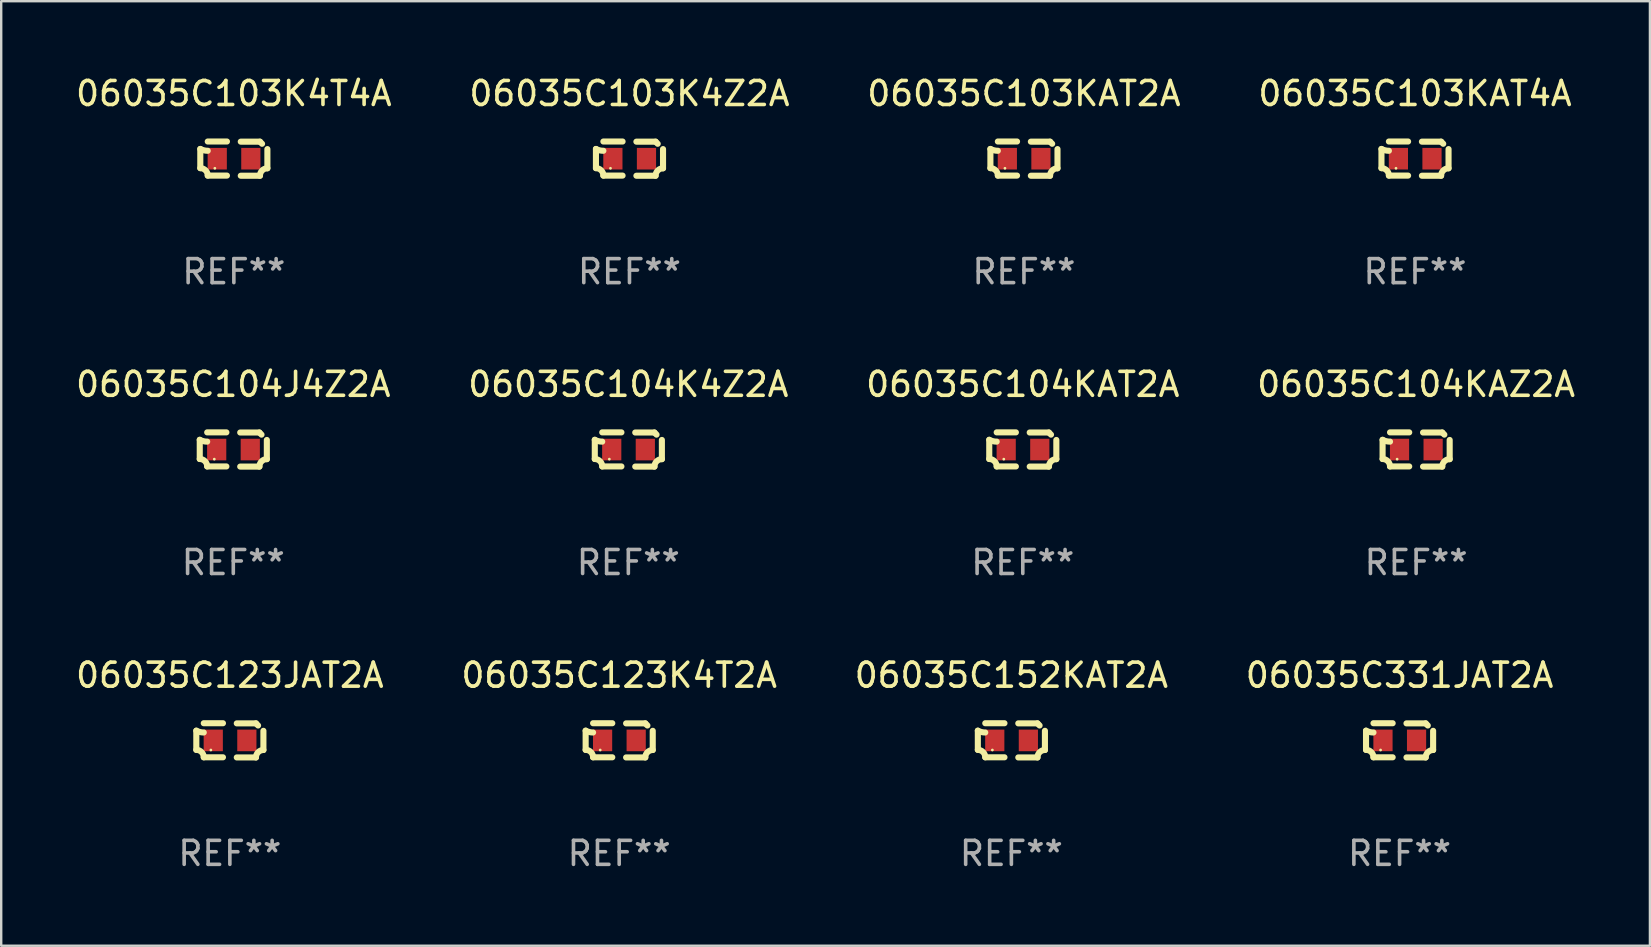
<source format=kicad_pcb>
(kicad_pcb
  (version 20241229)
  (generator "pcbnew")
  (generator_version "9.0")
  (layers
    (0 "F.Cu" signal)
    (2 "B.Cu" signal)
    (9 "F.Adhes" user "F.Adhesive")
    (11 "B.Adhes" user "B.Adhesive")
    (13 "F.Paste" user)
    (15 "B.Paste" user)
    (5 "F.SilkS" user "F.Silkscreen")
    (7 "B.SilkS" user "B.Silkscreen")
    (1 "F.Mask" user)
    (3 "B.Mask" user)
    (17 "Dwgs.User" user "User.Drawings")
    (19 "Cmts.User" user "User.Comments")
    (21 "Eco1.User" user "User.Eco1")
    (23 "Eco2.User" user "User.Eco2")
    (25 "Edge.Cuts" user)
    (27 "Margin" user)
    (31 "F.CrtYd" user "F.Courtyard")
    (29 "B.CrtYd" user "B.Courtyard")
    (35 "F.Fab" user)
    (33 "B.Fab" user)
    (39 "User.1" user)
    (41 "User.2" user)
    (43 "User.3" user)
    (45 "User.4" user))
  (footprint "06035C103K4T4A"
    (layer "F.Cu")
    (at 6.696 3.561)
    (property "Reference" "06035C103K4T4A" (at 0 -2.713 0) (layer "F.SilkS") (effects (font (size 1 1) (thickness 0.15))))
    (attr through_hole)
    (fp_line (start -1.398 -0.403) (end -1.398 0.397) (stroke (width 0.254) (type solid)) (layer "F.SilkS"))
    (fp_line (start -0.288 -0.713) (end -1.088 -0.713) (stroke (width 0.254) (type solid)) (layer "F.SilkS"))
    (fp_line (start -0.288 0.707) (end -1.088 0.707) (stroke (width 0.254) (type solid)) (layer "F.SilkS"))
    (fp_line (start 0.288 -0.707) (end 1.088 -0.707) (stroke (width 0.254) (type solid)) (layer "F.SilkS"))
    (fp_line (start 0.288 0.713) (end 1.088 0.713) (stroke (width 0.254) (type solid)) (layer "F.SilkS"))
    (fp_line (start 1.398 -0.397) (end 1.398 0.403) (stroke (width 0.254) (type solid)) (layer "F.SilkS"))
    (fp_arc (start -1.397789 0.397066) (mid -1.178701 0.487826) (end -1.08796 0.706922) (stroke (width 0.254001) (type solid)) (layer "F.SilkS"))
    (fp_arc (start -1.08796 -0.327176) (mid -1.247436 -0.346384) (end -1.39779 -0.402908) (stroke (width 0.254001) (type solid)) (layer "F.SilkS"))
    (fp_arc (start 1.087909 0.712738) (mid 1.178656 0.493655) (end 1.397739 0.402908) (stroke (width 0.254001) (type solid)) (layer "F.SilkS"))
    (fp_arc (start 1.175925 -0.618926) (mid 1.131917 -0.662923) (end 1.08791 -0.706922) (stroke (width 0.254001) (type solid)) (layer "F.SilkS"))
    (fp_circle (center -0.792 0.403) (end -0.762 0.403) (stroke (width 0.06) (type solid)) (fill no) (layer "F.SilkS"))
    (fp_text user "REF**" (at 0 4.713 0) (layer "F.Fab") (effects (font (size 1 1) (thickness 0.15))))
    (pad "1" smd rect (at -0.692 0.003) (size 0.8 0.9) (layers "F.Cu" "F.Mask" "F.Paste"))
    (pad "2" smd rect (at 0.708 0.003) (size 0.8 0.9) (layers "F.Cu" "F.Mask" "F.Paste")))
  (footprint "06035C104KAZ2A"
    (layer "F.Cu")
    (at 55.97 15.683)
    (property "Reference" "06035C104KAZ2A" (at 0 -2.713 0) (layer "F.SilkS") (effects (font (size 1 1) (thickness 0.15))))
    (attr through_hole)
    (fp_line (start -1.398 -0.403) (end -1.398 0.397) (stroke (width 0.254) (type solid)) (layer "F.SilkS"))
    (fp_line (start -0.288 -0.713) (end -1.088 -0.713) (stroke (width 0.254) (type solid)) (layer "F.SilkS"))
    (fp_line (start -0.288 0.707) (end -1.088 0.707) (stroke (width 0.254) (type solid)) (layer "F.SilkS"))
    (fp_line (start 0.288 -0.707) (end 1.088 -0.707) (stroke (width 0.254) (type solid)) (layer "F.SilkS"))
    (fp_line (start 0.288 0.713) (end 1.088 0.713) (stroke (width 0.254) (type solid)) (layer "F.SilkS"))
    (fp_line (start 1.398 -0.397) (end 1.398 0.403) (stroke (width 0.254) (type solid)) (layer "F.SilkS"))
    (fp_arc (start -1.397789 0.397066) (mid -1.178701 0.487826) (end -1.08796 0.706922) (stroke (width 0.254001) (type solid)) (layer "F.SilkS"))
    (fp_arc (start -1.08796 -0.327176) (mid -1.247436 -0.346384) (end -1.39779 -0.402908) (stroke (width 0.254001) (type solid)) (layer "F.SilkS"))
    (fp_arc (start 1.087909 0.712738) (mid 1.178656 0.493655) (end 1.397739 0.402908) (stroke (width 0.254001) (type solid)) (layer "F.SilkS"))
    (fp_arc (start 1.175925 -0.618926) (mid 1.131917 -0.662923) (end 1.08791 -0.706922) (stroke (width 0.254001) (type solid)) (layer "F.SilkS"))
    (fp_circle (center -0.792 0.403) (end -0.762 0.403) (stroke (width 0.06) (type solid)) (fill no) (layer "F.SilkS"))
    (fp_text user "REF**" (at 0 4.713 0) (layer "F.Fab") (effects (font (size 1 1) (thickness 0.15))))
    (pad "1" smd rect (at -0.692 0.003) (size 0.8 0.9) (layers "F.Cu" "F.Mask" "F.Paste"))
    (pad "2" smd rect (at 0.708 0.003) (size 0.8 0.9) (layers "F.Cu" "F.Mask" "F.Paste")))
  (footprint "06035C104KAT2A"
    (layer "F.Cu")
    (at 39.577 15.683)
    (property "Reference" "06035C104KAT2A" (at 0 -2.713 0) (layer "F.SilkS") (effects (font (size 1 1) (thickness 0.15))))
    (attr through_hole)
    (fp_line (start -1.398 -0.403) (end -1.398 0.397) (stroke (width 0.254) (type solid)) (layer "F.SilkS"))
    (fp_line (start -0.288 -0.713) (end -1.088 -0.713) (stroke (width 0.254) (type solid)) (layer "F.SilkS"))
    (fp_line (start -0.288 0.707) (end -1.088 0.707) (stroke (width 0.254) (type solid)) (layer "F.SilkS"))
    (fp_line (start 0.288 -0.707) (end 1.088 -0.707) (stroke (width 0.254) (type solid)) (layer "F.SilkS"))
    (fp_line (start 0.288 0.713) (end 1.088 0.713) (stroke (width 0.254) (type solid)) (layer "F.SilkS"))
    (fp_line (start 1.398 -0.397) (end 1.398 0.403) (stroke (width 0.254) (type solid)) (layer "F.SilkS"))
    (fp_arc (start -1.397789 0.397066) (mid -1.178701 0.487826) (end -1.08796 0.706922) (stroke (width 0.254001) (type solid)) (layer "F.SilkS"))
    (fp_arc (start -1.08796 -0.327176) (mid -1.247436 -0.346384) (end -1.39779 -0.402908) (stroke (width 0.254001) (type solid)) (layer "F.SilkS"))
    (fp_arc (start 1.087909 0.712738) (mid 1.178656 0.493655) (end 1.397739 0.402908) (stroke (width 0.254001) (type solid)) (layer "F.SilkS"))
    (fp_arc (start 1.175925 -0.618926) (mid 1.131917 -0.662923) (end 1.08791 -0.706922) (stroke (width 0.254001) (type solid)) (layer "F.SilkS"))
    (fp_circle (center -0.792 0.403) (end -0.762 0.403) (stroke (width 0.06) (type solid)) (fill no) (layer "F.SilkS"))
    (fp_text user "REF**" (at 0 4.713 0) (layer "F.Fab") (effects (font (size 1 1) (thickness 0.15))))
    (pad "1" smd rect (at -0.692 0.003) (size 0.8 0.9) (layers "F.Cu" "F.Mask" "F.Paste"))
    (pad "2" smd rect (at 0.708 0.003) (size 0.8 0.9) (layers "F.Cu" "F.Mask" "F.Paste")))
  (footprint "06035C123JAT2A"
    (layer "F.Cu")
    (at 6.53 27.805)
    (property "Reference" "06035C123JAT2A" (at 0 -2.713 0) (layer "F.SilkS") (effects (font (size 1 1) (thickness 0.15))))
    (attr through_hole)
    (fp_line (start -1.398 -0.403) (end -1.398 0.397) (stroke (width 0.254) (type solid)) (layer "F.SilkS"))
    (fp_line (start -0.288 -0.713) (end -1.088 -0.713) (stroke (width 0.254) (type solid)) (layer "F.SilkS"))
    (fp_line (start -0.288 0.707) (end -1.088 0.707) (stroke (width 0.254) (type solid)) (layer "F.SilkS"))
    (fp_line (start 0.288 -0.707) (end 1.088 -0.707) (stroke (width 0.254) (type solid)) (layer "F.SilkS"))
    (fp_line (start 0.288 0.713) (end 1.088 0.713) (stroke (width 0.254) (type solid)) (layer "F.SilkS"))
    (fp_line (start 1.398 -0.397) (end 1.398 0.403) (stroke (width 0.254) (type solid)) (layer "F.SilkS"))
    (fp_arc (start -1.397789 0.397066) (mid -1.178701 0.487826) (end -1.08796 0.706922) (stroke (width 0.254001) (type solid)) (layer "F.SilkS"))
    (fp_arc (start -1.08796 -0.327176) (mid -1.247436 -0.346384) (end -1.39779 -0.402908) (stroke (width 0.254001) (type solid)) (layer "F.SilkS"))
    (fp_arc (start 1.087909 0.712738) (mid 1.178656 0.493655) (end 1.397739 0.402908) (stroke (width 0.254001) (type solid)) (layer "F.SilkS"))
    (fp_arc (start 1.175925 -0.618926) (mid 1.131917 -0.662923) (end 1.08791 -0.706922) (stroke (width 0.254001) (type solid)) (layer "F.SilkS"))
    (fp_circle (center -0.792 0.403) (end -0.762 0.403) (stroke (width 0.06) (type solid)) (fill no) (layer "F.SilkS"))
    (fp_text user "REF**" (at 0 4.713 0) (layer "F.Fab") (effects (font (size 1 1) (thickness 0.15))))
    (pad "1" smd rect (at -0.692 0.003) (size 0.8 0.9) (layers "F.Cu" "F.Mask" "F.Paste"))
    (pad "2" smd rect (at 0.708 0.003) (size 0.8 0.9) (layers "F.Cu" "F.Mask" "F.Paste")))
  (footprint "06035C104J4Z2A"
    (layer "F.Cu")
    (at 6.673 15.683)
    (property "Reference" "06035C104J4Z2A" (at 0 -2.713 0) (layer "F.SilkS") (effects (font (size 1 1) (thickness 0.15))))
    (attr through_hole)
    (fp_line (start -1.398 -0.403) (end -1.398 0.397) (stroke (width 0.254) (type solid)) (layer "F.SilkS"))
    (fp_line (start -0.288 -0.713) (end -1.088 -0.713) (stroke (width 0.254) (type solid)) (layer "F.SilkS"))
    (fp_line (start -0.288 0.707) (end -1.088 0.707) (stroke (width 0.254) (type solid)) (layer "F.SilkS"))
    (fp_line (start 0.288 -0.707) (end 1.088 -0.707) (stroke (width 0.254) (type solid)) (layer "F.SilkS"))
    (fp_line (start 0.288 0.713) (end 1.088 0.713) (stroke (width 0.254) (type solid)) (layer "F.SilkS"))
    (fp_line (start 1.398 -0.397) (end 1.398 0.403) (stroke (width 0.254) (type solid)) (layer "F.SilkS"))
    (fp_arc (start -1.397789 0.397066) (mid -1.178701 0.487826) (end -1.08796 0.706922) (stroke (width 0.254001) (type solid)) (layer "F.SilkS"))
    (fp_arc (start -1.08796 -0.327176) (mid -1.247436 -0.346384) (end -1.39779 -0.402908) (stroke (width 0.254001) (type solid)) (layer "F.SilkS"))
    (fp_arc (start 1.087909 0.712738) (mid 1.178656 0.493655) (end 1.397739 0.402908) (stroke (width 0.254001) (type solid)) (layer "F.SilkS"))
    (fp_arc (start 1.175925 -0.618926) (mid 1.131917 -0.662923) (end 1.08791 -0.706922) (stroke (width 0.254001) (type solid)) (layer "F.SilkS"))
    (fp_circle (center -0.792 0.403) (end -0.762 0.403) (stroke (width 0.06) (type solid)) (fill no) (layer "F.SilkS"))
    (fp_text user "REF**" (at 0 4.713 0) (layer "F.Fab") (effects (font (size 1 1) (thickness 0.15))))
    (pad "1" smd rect (at -0.692 0.003) (size 0.8 0.9) (layers "F.Cu" "F.Mask" "F.Paste"))
    (pad "2" smd rect (at 0.708 0.003) (size 0.8 0.9) (layers "F.Cu" "F.Mask" "F.Paste")))
  (footprint "06035C103KAT2A"
    (layer "F.Cu")
    (at 39.625 3.561)
    (property "Reference" "06035C103KAT2A" (at 0 -2.713 0) (layer "F.SilkS") (effects (font (size 1 1) (thickness 0.15))))
    (attr through_hole)
    (fp_line (start -1.398 -0.403) (end -1.398 0.397) (stroke (width 0.254) (type solid)) (layer "F.SilkS"))
    (fp_line (start -0.288 -0.713) (end -1.088 -0.713) (stroke (width 0.254) (type solid)) (layer "F.SilkS"))
    (fp_line (start -0.288 0.707) (end -1.088 0.707) (stroke (width 0.254) (type solid)) (layer "F.SilkS"))
    (fp_line (start 0.288 -0.707) (end 1.088 -0.707) (stroke (width 0.254) (type solid)) (layer "F.SilkS"))
    (fp_line (start 0.288 0.713) (end 1.088 0.713) (stroke (width 0.254) (type solid)) (layer "F.SilkS"))
    (fp_line (start 1.398 -0.397) (end 1.398 0.403) (stroke (width 0.254) (type solid)) (layer "F.SilkS"))
    (fp_arc (start -1.397789 0.397066) (mid -1.178701 0.487826) (end -1.08796 0.706922) (stroke (width 0.254001) (type solid)) (layer "F.SilkS"))
    (fp_arc (start -1.08796 -0.327176) (mid -1.247436 -0.346384) (end -1.39779 -0.402908) (stroke (width 0.254001) (type solid)) (layer "F.SilkS"))
    (fp_arc (start 1.087909 0.712738) (mid 1.178656 0.493655) (end 1.397739 0.402908) (stroke (width 0.254001) (type solid)) (layer "F.SilkS"))
    (fp_arc (start 1.175925 -0.618926) (mid 1.131917 -0.662923) (end 1.08791 -0.706922) (stroke (width 0.254001) (type solid)) (layer "F.SilkS"))
    (fp_circle (center -0.792 0.403) (end -0.762 0.403) (stroke (width 0.06) (type solid)) (fill no) (layer "F.SilkS"))
    (fp_text user "REF**" (at 0 4.713 0) (layer "F.Fab") (effects (font (size 1 1) (thickness 0.15))))
    (pad "1" smd rect (at -0.692 0.003) (size 0.8 0.9) (layers "F.Cu" "F.Mask" "F.Paste"))
    (pad "2" smd rect (at 0.708 0.003) (size 0.8 0.9) (layers "F.Cu" "F.Mask" "F.Paste")))
  (footprint "06035C331JAT2A"
    (layer "F.Cu")
    (at 55.28 27.805)
    (property "Reference" "06035C331JAT2A" (at 0 -2.713 0) (layer "F.SilkS") (effects (font (size 1 1) (thickness 0.15))))
    (attr through_hole)
    (fp_line (start -1.398 -0.403) (end -1.398 0.397) (stroke (width 0.254) (type solid)) (layer "F.SilkS"))
    (fp_line (start -0.288 -0.713) (end -1.088 -0.713) (stroke (width 0.254) (type solid)) (layer "F.SilkS"))
    (fp_line (start -0.288 0.707) (end -1.088 0.707) (stroke (width 0.254) (type solid)) (layer "F.SilkS"))
    (fp_line (start 0.288 -0.707) (end 1.088 -0.707) (stroke (width 0.254) (type solid)) (layer "F.SilkS"))
    (fp_line (start 0.288 0.713) (end 1.088 0.713) (stroke (width 0.254) (type solid)) (layer "F.SilkS"))
    (fp_line (start 1.398 -0.397) (end 1.398 0.403) (stroke (width 0.254) (type solid)) (layer "F.SilkS"))
    (fp_arc (start -1.397789 0.397066) (mid -1.178701 0.487826) (end -1.08796 0.706922) (stroke (width 0.254001) (type solid)) (layer "F.SilkS"))
    (fp_arc (start -1.08796 -0.327176) (mid -1.247436 -0.346384) (end -1.39779 -0.402908) (stroke (width 0.254001) (type solid)) (layer "F.SilkS"))
    (fp_arc (start 1.087909 0.712738) (mid 1.178656 0.493655) (end 1.397739 0.402908) (stroke (width 0.254001) (type solid)) (layer "F.SilkS"))
    (fp_arc (start 1.175925 -0.618926) (mid 1.131917 -0.662923) (end 1.08791 -0.706922) (stroke (width 0.254001) (type solid)) (layer "F.SilkS"))
    (fp_circle (center -0.792 0.403) (end -0.762 0.403) (stroke (width 0.06) (type solid)) (fill no) (layer "F.SilkS"))
    (fp_text user "REF**" (at 0 4.713 0) (layer "F.Fab") (effects (font (size 1 1) (thickness 0.15))))
    (pad "1" smd rect (at -0.692 0.003) (size 0.8 0.9) (layers "F.Cu" "F.Mask" "F.Paste"))
    (pad "2" smd rect (at 0.708 0.003) (size 0.8 0.9) (layers "F.Cu" "F.Mask" "F.Paste")))
  (footprint "06035C152KAT2A"
    (layer "F.Cu")
    (at 39.101 27.805)
    (property "Reference" "06035C152KAT2A" (at 0 -2.713 0) (layer "F.SilkS") (effects (font (size 1 1) (thickness 0.15))))
    (attr through_hole)
    (fp_line (start -1.398 -0.403) (end -1.398 0.397) (stroke (width 0.254) (type solid)) (layer "F.SilkS"))
    (fp_line (start -0.288 -0.713) (end -1.088 -0.713) (stroke (width 0.254) (type solid)) (layer "F.SilkS"))
    (fp_line (start -0.288 0.707) (end -1.088 0.707) (stroke (width 0.254) (type solid)) (layer "F.SilkS"))
    (fp_line (start 0.288 -0.707) (end 1.088 -0.707) (stroke (width 0.254) (type solid)) (layer "F.SilkS"))
    (fp_line (start 0.288 0.713) (end 1.088 0.713) (stroke (width 0.254) (type solid)) (layer "F.SilkS"))
    (fp_line (start 1.398 -0.397) (end 1.398 0.403) (stroke (width 0.254) (type solid)) (layer "F.SilkS"))
    (fp_arc (start -1.397789 0.397066) (mid -1.178701 0.487826) (end -1.08796 0.706922) (stroke (width 0.254001) (type solid)) (layer "F.SilkS"))
    (fp_arc (start -1.08796 -0.327176) (mid -1.247436 -0.346384) (end -1.39779 -0.402908) (stroke (width 0.254001) (type solid)) (layer "F.SilkS"))
    (fp_arc (start 1.087909 0.712738) (mid 1.178656 0.493655) (end 1.397739 0.402908) (stroke (width 0.254001) (type solid)) (layer "F.SilkS"))
    (fp_arc (start 1.175925 -0.618926) (mid 1.131917 -0.662923) (end 1.08791 -0.706922) (stroke (width 0.254001) (type solid)) (layer "F.SilkS"))
    (fp_circle (center -0.792 0.403) (end -0.762 0.403) (stroke (width 0.06) (type solid)) (fill no) (layer "F.SilkS"))
    (fp_text user "REF**" (at 0 4.713 0) (layer "F.Fab") (effects (font (size 1 1) (thickness 0.15))))
    (pad "1" smd rect (at -0.692 0.003) (size 0.8 0.9) (layers "F.Cu" "F.Mask" "F.Paste"))
    (pad "2" smd rect (at 0.708 0.003) (size 0.8 0.9) (layers "F.Cu" "F.Mask" "F.Paste")))
  (footprint "06035C123K4T2A"
    (layer "F.Cu")
    (at 22.756 27.805)
    (property "Reference" "06035C123K4T2A" (at 0 -2.713 0) (layer "F.SilkS") (effects (font (size 1 1) (thickness 0.15))))
    (attr through_hole)
    (fp_line (start -1.398 -0.403) (end -1.398 0.397) (stroke (width 0.254) (type solid)) (layer "F.SilkS"))
    (fp_line (start -0.288 -0.713) (end -1.088 -0.713) (stroke (width 0.254) (type solid)) (layer "F.SilkS"))
    (fp_line (start -0.288 0.707) (end -1.088 0.707) (stroke (width 0.254) (type solid)) (layer "F.SilkS"))
    (fp_line (start 0.288 -0.707) (end 1.088 -0.707) (stroke (width 0.254) (type solid)) (layer "F.SilkS"))
    (fp_line (start 0.288 0.713) (end 1.088 0.713) (stroke (width 0.254) (type solid)) (layer "F.SilkS"))
    (fp_line (start 1.398 -0.397) (end 1.398 0.403) (stroke (width 0.254) (type solid)) (layer "F.SilkS"))
    (fp_arc (start -1.397789 0.397066) (mid -1.178701 0.487826) (end -1.08796 0.706922) (stroke (width 0.254001) (type solid)) (layer "F.SilkS"))
    (fp_arc (start -1.08796 -0.327176) (mid -1.247436 -0.346384) (end -1.39779 -0.402908) (stroke (width 0.254001) (type solid)) (layer "F.SilkS"))
    (fp_arc (start 1.087909 0.712738) (mid 1.178656 0.493655) (end 1.397739 0.402908) (stroke (width 0.254001) (type solid)) (layer "F.SilkS"))
    (fp_arc (start 1.175925 -0.618926) (mid 1.131917 -0.662923) (end 1.08791 -0.706922) (stroke (width 0.254001) (type solid)) (layer "F.SilkS"))
    (fp_circle (center -0.792 0.403) (end -0.762 0.403) (stroke (width 0.06) (type solid)) (fill no) (layer "F.SilkS"))
    (fp_text user "REF**" (at 0 4.713 0) (layer "F.Fab") (effects (font (size 1 1) (thickness 0.15))))
    (pad "1" smd rect (at -0.692 0.003) (size 0.8 0.9) (layers "F.Cu" "F.Mask" "F.Paste"))
    (pad "2" smd rect (at 0.708 0.003) (size 0.8 0.9) (layers "F.Cu" "F.Mask" "F.Paste")))
  (footprint "06035C104K4Z2A"
    (layer "F.Cu")
    (at 23.137 15.683)
    (property "Reference" "06035C104K4Z2A" (at 0 -2.713 0) (layer "F.SilkS") (effects (font (size 1 1) (thickness 0.15))))
    (attr through_hole)
    (fp_line (start -1.398 -0.403) (end -1.398 0.397) (stroke (width 0.254) (type solid)) (layer "F.SilkS"))
    (fp_line (start -0.288 -0.713) (end -1.088 -0.713) (stroke (width 0.254) (type solid)) (layer "F.SilkS"))
    (fp_line (start -0.288 0.707) (end -1.088 0.707) (stroke (width 0.254) (type solid)) (layer "F.SilkS"))
    (fp_line (start 0.288 -0.707) (end 1.088 -0.707) (stroke (width 0.254) (type solid)) (layer "F.SilkS"))
    (fp_line (start 0.288 0.713) (end 1.088 0.713) (stroke (width 0.254) (type solid)) (layer "F.SilkS"))
    (fp_line (start 1.398 -0.397) (end 1.398 0.403) (stroke (width 0.254) (type solid)) (layer "F.SilkS"))
    (fp_arc (start -1.397789 0.397066) (mid -1.178701 0.487826) (end -1.08796 0.706922) (stroke (width 0.254001) (type solid)) (layer "F.SilkS"))
    (fp_arc (start -1.08796 -0.327176) (mid -1.247436 -0.346384) (end -1.39779 -0.402908) (stroke (width 0.254001) (type solid)) (layer "F.SilkS"))
    (fp_arc (start 1.087909 0.712738) (mid 1.178656 0.493655) (end 1.397739 0.402908) (stroke (width 0.254001) (type solid)) (layer "F.SilkS"))
    (fp_arc (start 1.175925 -0.618926) (mid 1.131917 -0.662923) (end 1.08791 -0.706922) (stroke (width 0.254001) (type solid)) (layer "F.SilkS"))
    (fp_circle (center -0.792 0.403) (end -0.762 0.403) (stroke (width 0.06) (type solid)) (fill no) (layer "F.SilkS"))
    (fp_text user "REF**" (at 0 4.713 0) (layer "F.Fab") (effects (font (size 1 1) (thickness 0.15))))
    (pad "1" smd rect (at -0.692 0.003) (size 0.8 0.9) (layers "F.Cu" "F.Mask" "F.Paste"))
    (pad "2" smd rect (at 0.708 0.003) (size 0.8 0.9) (layers "F.Cu" "F.Mask" "F.Paste")))
  (footprint "06035C103KAT4A"
    (layer "F.Cu")
    (at 55.923 3.561)
    (property "Reference" "06035C103KAT4A" (at 0 -2.713 0) (layer "F.SilkS") (effects (font (size 1 1) (thickness 0.15))))
    (attr through_hole)
    (fp_line (start -1.398 -0.403) (end -1.398 0.397) (stroke (width 0.254) (type solid)) (layer "F.SilkS"))
    (fp_line (start -0.288 -0.713) (end -1.088 -0.713) (stroke (width 0.254) (type solid)) (layer "F.SilkS"))
    (fp_line (start -0.288 0.707) (end -1.088 0.707) (stroke (width 0.254) (type solid)) (layer "F.SilkS"))
    (fp_line (start 0.288 -0.707) (end 1.088 -0.707) (stroke (width 0.254) (type solid)) (layer "F.SilkS"))
    (fp_line (start 0.288 0.713) (end 1.088 0.713) (stroke (width 0.254) (type solid)) (layer "F.SilkS"))
    (fp_line (start 1.398 -0.397) (end 1.398 0.403) (stroke (width 0.254) (type solid)) (layer "F.SilkS"))
    (fp_arc (start -1.397789 0.397066) (mid -1.178701 0.487826) (end -1.08796 0.706922) (stroke (width 0.254001) (type solid)) (layer "F.SilkS"))
    (fp_arc (start -1.08796 -0.327176) (mid -1.247436 -0.346384) (end -1.39779 -0.402908) (stroke (width 0.254001) (type solid)) (layer "F.SilkS"))
    (fp_arc (start 1.087909 0.712738) (mid 1.178656 0.493655) (end 1.397739 0.402908) (stroke (width 0.254001) (type solid)) (layer "F.SilkS"))
    (fp_arc (start 1.175925 -0.618926) (mid 1.131917 -0.662923) (end 1.08791 -0.706922) (stroke (width 0.254001) (type solid)) (layer "F.SilkS"))
    (fp_circle (center -0.792 0.403) (end -0.762 0.403) (stroke (width 0.06) (type solid)) (fill no) (layer "F.SilkS"))
    (fp_text user "REF**" (at 0 4.713 0) (layer "F.Fab") (effects (font (size 1 1) (thickness 0.15))))
    (pad "1" smd rect (at -0.692 0.003) (size 0.8 0.9) (layers "F.Cu" "F.Mask" "F.Paste"))
    (pad "2" smd rect (at 0.708 0.003) (size 0.8 0.9) (layers "F.Cu" "F.Mask" "F.Paste")))
  (footprint "06035C103K4Z2A"
    (layer "F.Cu")
    (at 23.185 3.561)
    (property "Reference" "06035C103K4Z2A" (at 0 -2.713 0) (layer "F.SilkS") (effects (font (size 1 1) (thickness 0.15))))
    (attr through_hole)
    (fp_line (start -1.398 -0.403) (end -1.398 0.397) (stroke (width 0.254) (type solid)) (layer "F.SilkS"))
    (fp_line (start -0.288 -0.713) (end -1.088 -0.713) (stroke (width 0.254) (type solid)) (layer "F.SilkS"))
    (fp_line (start -0.288 0.707) (end -1.088 0.707) (stroke (width 0.254) (type solid)) (layer "F.SilkS"))
    (fp_line (start 0.288 -0.707) (end 1.088 -0.707) (stroke (width 0.254) (type solid)) (layer "F.SilkS"))
    (fp_line (start 0.288 0.713) (end 1.088 0.713) (stroke (width 0.254) (type solid)) (layer "F.SilkS"))
    (fp_line (start 1.398 -0.397) (end 1.398 0.403) (stroke (width 0.254) (type solid)) (layer "F.SilkS"))
    (fp_arc (start -1.397789 0.397066) (mid -1.178701 0.487826) (end -1.08796 0.706922) (stroke (width 0.254001) (type solid)) (layer "F.SilkS"))
    (fp_arc (start -1.08796 -0.327176) (mid -1.247436 -0.346384) (end -1.39779 -0.402908) (stroke (width 0.254001) (type solid)) (layer "F.SilkS"))
    (fp_arc (start 1.087909 0.712738) (mid 1.178656 0.493655) (end 1.397739 0.402908) (stroke (width 0.254001) (type solid)) (layer "F.SilkS"))
    (fp_arc (start 1.175925 -0.618926) (mid 1.131917 -0.662923) (end 1.08791 -0.706922) (stroke (width 0.254001) (type solid)) (layer "F.SilkS"))
    (fp_circle (center -0.792 0.403) (end -0.762 0.403) (stroke (width 0.06) (type solid)) (fill no) (layer "F.SilkS"))
    (fp_text user "REF**" (at 0 4.713 0) (layer "F.Fab") (effects (font (size 1 1) (thickness 0.15))))
    (pad "1" smd rect (at -0.692 0.003) (size 0.8 0.9) (layers "F.Cu" "F.Mask" "F.Paste"))
    (pad "2" smd rect (at 0.708 0.003) (size 0.8 0.9) (layers "F.Cu" "F.Mask" "F.Paste")))
  (gr_rect
    (start -3 -3)
    (end 65.714 36.366)
    (stroke (width 0.1) (type default))
    (fill no)
    (layer "Edge.Cuts")))
</source>
